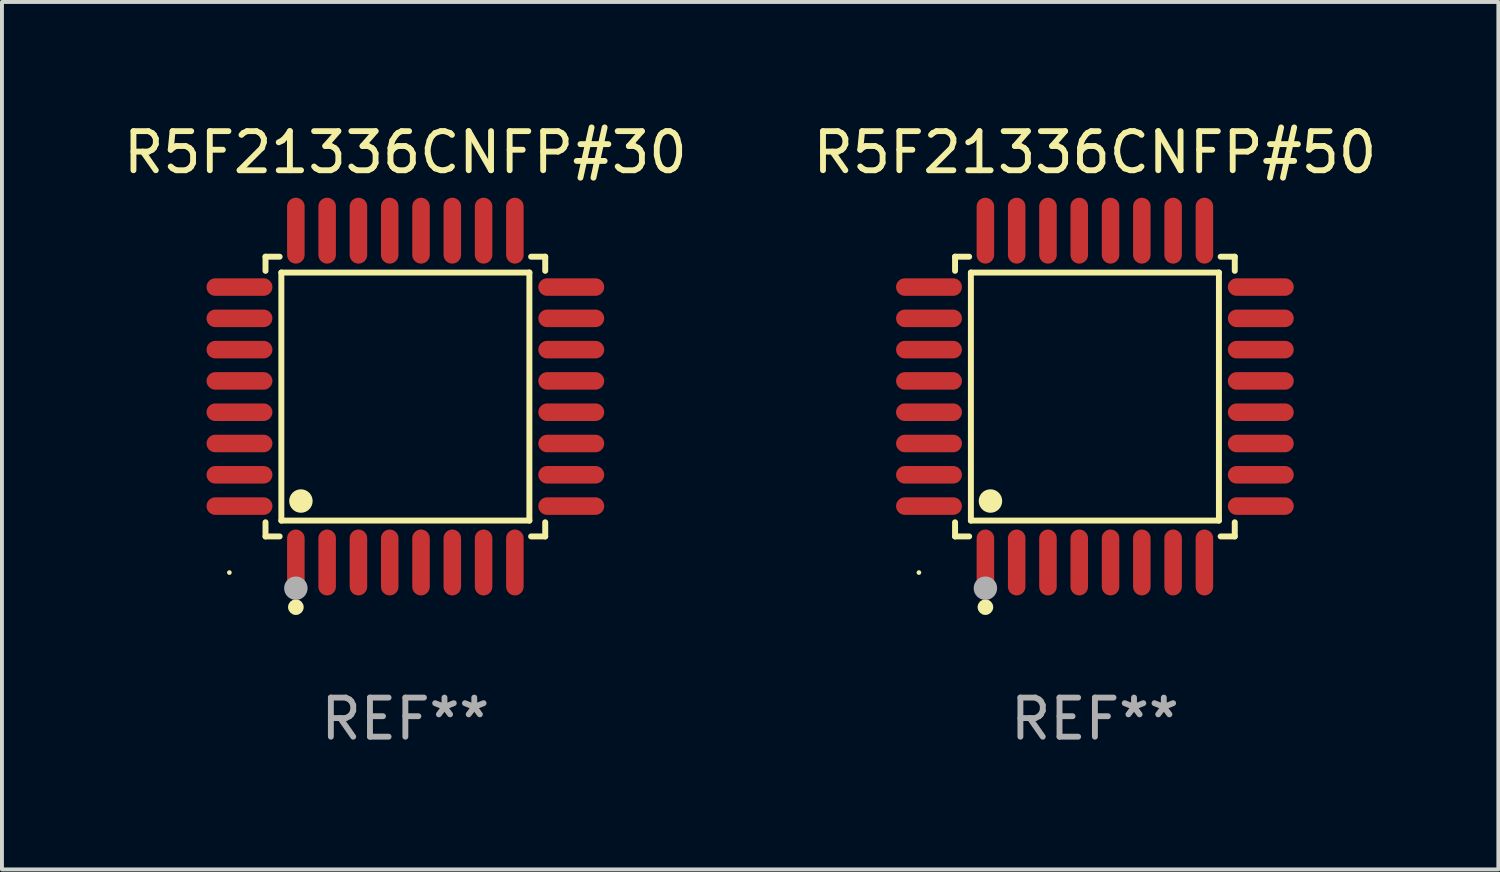
<source format=kicad_pcb>
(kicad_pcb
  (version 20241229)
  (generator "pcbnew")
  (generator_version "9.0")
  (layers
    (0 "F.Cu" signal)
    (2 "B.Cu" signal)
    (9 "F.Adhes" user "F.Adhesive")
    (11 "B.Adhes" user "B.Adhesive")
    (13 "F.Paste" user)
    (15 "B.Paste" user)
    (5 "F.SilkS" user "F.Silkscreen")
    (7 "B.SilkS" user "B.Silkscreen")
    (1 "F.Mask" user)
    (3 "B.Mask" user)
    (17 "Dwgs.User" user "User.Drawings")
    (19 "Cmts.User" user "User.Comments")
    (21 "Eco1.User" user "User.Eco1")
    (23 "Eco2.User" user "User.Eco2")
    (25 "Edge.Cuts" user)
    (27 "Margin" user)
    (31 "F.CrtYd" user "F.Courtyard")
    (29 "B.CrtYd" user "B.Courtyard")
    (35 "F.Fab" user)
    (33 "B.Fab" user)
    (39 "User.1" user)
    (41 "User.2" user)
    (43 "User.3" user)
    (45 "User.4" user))
  (footprint "R5F21336CNFP#30"
    (layer "F.Cu")
    (at 7.315 7.09)
    (property "Reference" "R5F21336CNFP#30" (at 0 -6.242 0) (layer "F.SilkS") (effects (font (size 1 1) (thickness 0.15))))
    (attr through_hole)
    (fp_line (start -3.576 -3.576) (end -3.215 -3.576) (stroke (width 0.152) (type solid)) (layer "F.SilkS"))
    (fp_line (start -3.576 -3.215) (end -3.576 -3.576) (stroke (width 0.152) (type solid)) (layer "F.SilkS"))
    (fp_line (start -3.576 3.215) (end -3.576 3.576) (stroke (width 0.152) (type solid)) (layer "F.SilkS"))
    (fp_line (start -3.576 3.576) (end -3.215 3.576) (stroke (width 0.152) (type solid)) (layer "F.SilkS"))
    (fp_line (start -3.171 -3.171) (end 3.171 -3.171) (stroke (width 0.152) (type solid)) (layer "F.SilkS"))
    (fp_line (start -3.171 3.171) (end -3.171 -3.171) (stroke (width 0.152) (type solid)) (layer "F.SilkS"))
    (fp_line (start 3.171 -3.171) (end 3.171 3.171) (stroke (width 0.152) (type solid)) (layer "F.SilkS"))
    (fp_line (start 3.171 3.171) (end -3.171 3.171) (stroke (width 0.152) (type solid)) (layer "F.SilkS"))
    (fp_line (start 3.576 -3.576) (end 3.215 -3.576) (stroke (width 0.152) (type solid)) (layer "F.SilkS"))
    (fp_line (start 3.576 -3.215) (end 3.576 -3.576) (stroke (width 0.152) (type solid)) (layer "F.SilkS"))
    (fp_line (start 3.576 3.215) (end 3.576 3.576) (stroke (width 0.152) (type solid)) (layer "F.SilkS"))
    (fp_line (start 3.576 3.576) (end 3.215 3.576) (stroke (width 0.152) (type solid)) (layer "F.SilkS"))
    (fp_circle (center -4.5 4.5) (end -4.47 4.5) (stroke (width 0.06) (type solid)) (fill no) (layer "F.SilkS"))
    (fp_circle (center -2.8 5.384) (end -2.7 5.384) (stroke (width 0.2) (type solid)) (fill no) (layer "F.SilkS"))
    (fp_circle (center -2.671 2.671) (end -2.521 2.671) (stroke (width 0.3) (type solid)) (fill no) (layer "F.SilkS"))
    (fp_circle (center -2.8 4.9) (end -2.65 4.9) (stroke (width 0.3) (type solid)) (fill no) (layer "F.Fab"))
    (fp_text user "REF**" (at 0 8.242 0) (layer "F.Fab") (effects (font (size 1 1) (thickness 0.15))))
    (pad "1" smd oval (at -2.8 4.242) (size 0.448 1.684) (layers "F.Cu" "F.Mask" "F.Paste"))
    (pad "2" smd oval (at -2 4.242) (size 0.448 1.684) (layers "F.Cu" "F.Mask" "F.Paste"))
    (pad "3" smd oval (at -1.2 4.242) (size 0.448 1.684) (layers "F.Cu" "F.Mask" "F.Paste"))
    (pad "4" smd oval (at -0.4 4.242) (size 0.448 1.684) (layers "F.Cu" "F.Mask" "F.Paste"))
    (pad "5" smd oval (at 0.4 4.242) (size 0.448 1.684) (layers "F.Cu" "F.Mask" "F.Paste"))
    (pad "6" smd oval (at 1.2 4.242) (size 0.448 1.684) (layers "F.Cu" "F.Mask" "F.Paste"))
    (pad "7" smd oval (at 2 4.242) (size 0.448 1.684) (layers "F.Cu" "F.Mask" "F.Paste"))
    (pad "8" smd oval (at 2.8 4.242) (size 0.448 1.684) (layers "F.Cu" "F.Mask" "F.Paste"))
    (pad "9" smd oval (at 4.242 2.8) (size 1.684 0.448) (layers "F.Cu" "F.Mask" "F.Paste"))
    (pad "10" smd oval (at 4.242 2) (size 1.684 0.448) (layers "F.Cu" "F.Mask" "F.Paste"))
    (pad "11" smd oval (at 4.242 1.2) (size 1.684 0.448) (layers "F.Cu" "F.Mask" "F.Paste"))
    (pad "12" smd oval (at 4.242 0.4) (size 1.684 0.448) (layers "F.Cu" "F.Mask" "F.Paste"))
    (pad "13" smd oval (at 4.242 -0.4) (size 1.684 0.448) (layers "F.Cu" "F.Mask" "F.Paste"))
    (pad "14" smd oval (at 4.242 -1.2) (size 1.684 0.448) (layers "F.Cu" "F.Mask" "F.Paste"))
    (pad "15" smd oval (at 4.242 -2) (size 1.684 0.448) (layers "F.Cu" "F.Mask" "F.Paste"))
    (pad "16" smd oval (at 4.242 -2.8) (size 1.684 0.448) (layers "F.Cu" "F.Mask" "F.Paste"))
    (pad "17" smd oval (at 2.8 -4.242) (size 0.448 1.684) (layers "F.Cu" "F.Mask" "F.Paste"))
    (pad "18" smd oval (at 2 -4.242) (size 0.448 1.684) (layers "F.Cu" "F.Mask" "F.Paste"))
    (pad "19" smd oval (at 1.2 -4.242) (size 0.448 1.684) (layers "F.Cu" "F.Mask" "F.Paste"))
    (pad "20" smd oval (at 0.4 -4.242) (size 0.448 1.684) (layers "F.Cu" "F.Mask" "F.Paste"))
    (pad "21" smd oval (at -0.4 -4.242) (size 0.448 1.684) (layers "F.Cu" "F.Mask" "F.Paste"))
    (pad "22" smd oval (at -1.2 -4.242) (size 0.448 1.684) (layers "F.Cu" "F.Mask" "F.Paste"))
    (pad "23" smd oval (at -2 -4.242) (size 0.448 1.684) (layers "F.Cu" "F.Mask" "F.Paste"))
    (pad "24" smd oval (at -2.8 -4.242) (size 0.448 1.684) (layers "F.Cu" "F.Mask" "F.Paste"))
    (pad "25" smd oval (at -4.242 -2.8) (size 1.684 0.448) (layers "F.Cu" "F.Mask" "F.Paste"))
    (pad "26" smd oval (at -4.242 -2) (size 1.684 0.448) (layers "F.Cu" "F.Mask" "F.Paste"))
    (pad "27" smd oval (at -4.242 -1.2) (size 1.684 0.448) (layers "F.Cu" "F.Mask" "F.Paste"))
    (pad "28" smd oval (at -4.242 -0.4) (size 1.684 0.448) (layers "F.Cu" "F.Mask" "F.Paste"))
    (pad "29" smd oval (at -4.242 0.4) (size 1.684 0.448) (layers "F.Cu" "F.Mask" "F.Paste"))
    (pad "30" smd oval (at -4.242 1.2) (size 1.684 0.448) (layers "F.Cu" "F.Mask" "F.Paste"))
    (pad "31" smd oval (at -4.242 2) (size 1.684 0.448) (layers "F.Cu" "F.Mask" "F.Paste"))
    (pad "32" smd oval (at -4.242 2.8) (size 1.684 0.448) (layers "F.Cu" "F.Mask" "F.Paste")))
  (footprint "R5F21336CNFP#50"
    (layer "F.Cu")
    (at 24.946 7.09)
    (property "Reference" "R5F21336CNFP#50" (at 0 -6.242 0) (layer "F.SilkS") (effects (font (size 1 1) (thickness 0.15))))
    (attr through_hole)
    (fp_line (start -3.576 -3.576) (end -3.215 -3.576) (stroke (width 0.152) (type solid)) (layer "F.SilkS"))
    (fp_line (start -3.576 -3.215) (end -3.576 -3.576) (stroke (width 0.152) (type solid)) (layer "F.SilkS"))
    (fp_line (start -3.576 3.215) (end -3.576 3.576) (stroke (width 0.152) (type solid)) (layer "F.SilkS"))
    (fp_line (start -3.576 3.576) (end -3.215 3.576) (stroke (width 0.152) (type solid)) (layer "F.SilkS"))
    (fp_line (start -3.171 -3.171) (end 3.171 -3.171) (stroke (width 0.152) (type solid)) (layer "F.SilkS"))
    (fp_line (start -3.171 3.171) (end -3.171 -3.171) (stroke (width 0.152) (type solid)) (layer "F.SilkS"))
    (fp_line (start 3.171 -3.171) (end 3.171 3.171) (stroke (width 0.152) (type solid)) (layer "F.SilkS"))
    (fp_line (start 3.171 3.171) (end -3.171 3.171) (stroke (width 0.152) (type solid)) (layer "F.SilkS"))
    (fp_line (start 3.576 -3.576) (end 3.215 -3.576) (stroke (width 0.152) (type solid)) (layer "F.SilkS"))
    (fp_line (start 3.576 -3.215) (end 3.576 -3.576) (stroke (width 0.152) (type solid)) (layer "F.SilkS"))
    (fp_line (start 3.576 3.215) (end 3.576 3.576) (stroke (width 0.152) (type solid)) (layer "F.SilkS"))
    (fp_line (start 3.576 3.576) (end 3.215 3.576) (stroke (width 0.152) (type solid)) (layer "F.SilkS"))
    (fp_circle (center -4.5 4.5) (end -4.47 4.5) (stroke (width 0.06) (type solid)) (fill no) (layer "F.SilkS"))
    (fp_circle (center -2.8 5.384) (end -2.7 5.384) (stroke (width 0.2) (type solid)) (fill no) (layer "F.SilkS"))
    (fp_circle (center -2.671 2.671) (end -2.521 2.671) (stroke (width 0.3) (type solid)) (fill no) (layer "F.SilkS"))
    (fp_circle (center -2.8 4.9) (end -2.65 4.9) (stroke (width 0.3) (type solid)) (fill no) (layer "F.Fab"))
    (fp_text user "REF**" (at 0 8.242 0) (layer "F.Fab") (effects (font (size 1 1) (thickness 0.15))))
    (pad "1" smd oval (at -2.8 4.242) (size 0.448 1.684) (layers "F.Cu" "F.Mask" "F.Paste"))
    (pad "2" smd oval (at -2 4.242) (size 0.448 1.684) (layers "F.Cu" "F.Mask" "F.Paste"))
    (pad "3" smd oval (at -1.2 4.242) (size 0.448 1.684) (layers "F.Cu" "F.Mask" "F.Paste"))
    (pad "4" smd oval (at -0.4 4.242) (size 0.448 1.684) (layers "F.Cu" "F.Mask" "F.Paste"))
    (pad "5" smd oval (at 0.4 4.242) (size 0.448 1.684) (layers "F.Cu" "F.Mask" "F.Paste"))
    (pad "6" smd oval (at 1.2 4.242) (size 0.448 1.684) (layers "F.Cu" "F.Mask" "F.Paste"))
    (pad "7" smd oval (at 2 4.242) (size 0.448 1.684) (layers "F.Cu" "F.Mask" "F.Paste"))
    (pad "8" smd oval (at 2.8 4.242) (size 0.448 1.684) (layers "F.Cu" "F.Mask" "F.Paste"))
    (pad "9" smd oval (at 4.242 2.8) (size 1.684 0.448) (layers "F.Cu" "F.Mask" "F.Paste"))
    (pad "10" smd oval (at 4.242 2) (size 1.684 0.448) (layers "F.Cu" "F.Mask" "F.Paste"))
    (pad "11" smd oval (at 4.242 1.2) (size 1.684 0.448) (layers "F.Cu" "F.Mask" "F.Paste"))
    (pad "12" smd oval (at 4.242 0.4) (size 1.684 0.448) (layers "F.Cu" "F.Mask" "F.Paste"))
    (pad "13" smd oval (at 4.242 -0.4) (size 1.684 0.448) (layers "F.Cu" "F.Mask" "F.Paste"))
    (pad "14" smd oval (at 4.242 -1.2) (size 1.684 0.448) (layers "F.Cu" "F.Mask" "F.Paste"))
    (pad "15" smd oval (at 4.242 -2) (size 1.684 0.448) (layers "F.Cu" "F.Mask" "F.Paste"))
    (pad "16" smd oval (at 4.242 -2.8) (size 1.684 0.448) (layers "F.Cu" "F.Mask" "F.Paste"))
    (pad "17" smd oval (at 2.8 -4.242) (size 0.448 1.684) (layers "F.Cu" "F.Mask" "F.Paste"))
    (pad "18" smd oval (at 2 -4.242) (size 0.448 1.684) (layers "F.Cu" "F.Mask" "F.Paste"))
    (pad "19" smd oval (at 1.2 -4.242) (size 0.448 1.684) (layers "F.Cu" "F.Mask" "F.Paste"))
    (pad "20" smd oval (at 0.4 -4.242) (size 0.448 1.684) (layers "F.Cu" "F.Mask" "F.Paste"))
    (pad "21" smd oval (at -0.4 -4.242) (size 0.448 1.684) (layers "F.Cu" "F.Mask" "F.Paste"))
    (pad "22" smd oval (at -1.2 -4.242) (size 0.448 1.684) (layers "F.Cu" "F.Mask" "F.Paste"))
    (pad "23" smd oval (at -2 -4.242) (size 0.448 1.684) (layers "F.Cu" "F.Mask" "F.Paste"))
    (pad "24" smd oval (at -2.8 -4.242) (size 0.448 1.684) (layers "F.Cu" "F.Mask" "F.Paste"))
    (pad "25" smd oval (at -4.242 -2.8) (size 1.684 0.448) (layers "F.Cu" "F.Mask" "F.Paste"))
    (pad "26" smd oval (at -4.242 -2) (size 1.684 0.448) (layers "F.Cu" "F.Mask" "F.Paste"))
    (pad "27" smd oval (at -4.242 -1.2) (size 1.684 0.448) (layers "F.Cu" "F.Mask" "F.Paste"))
    (pad "28" smd oval (at -4.242 -0.4) (size 1.684 0.448) (layers "F.Cu" "F.Mask" "F.Paste"))
    (pad "29" smd oval (at -4.242 0.4) (size 1.684 0.448) (layers "F.Cu" "F.Mask" "F.Paste"))
    (pad "30" smd oval (at -4.242 1.2) (size 1.684 0.448) (layers "F.Cu" "F.Mask" "F.Paste"))
    (pad "31" smd oval (at -4.242 2) (size 1.684 0.448) (layers "F.Cu" "F.Mask" "F.Paste"))
    (pad "32" smd oval (at -4.242 2.8) (size 1.684 0.448) (layers "F.Cu" "F.Mask" "F.Paste")))
  (gr_rect
    (start -3 -3)
    (end 35.262 19.181)
    (stroke (width 0.1) (type default))
    (fill no)
    (layer "Edge.Cuts")))
</source>
